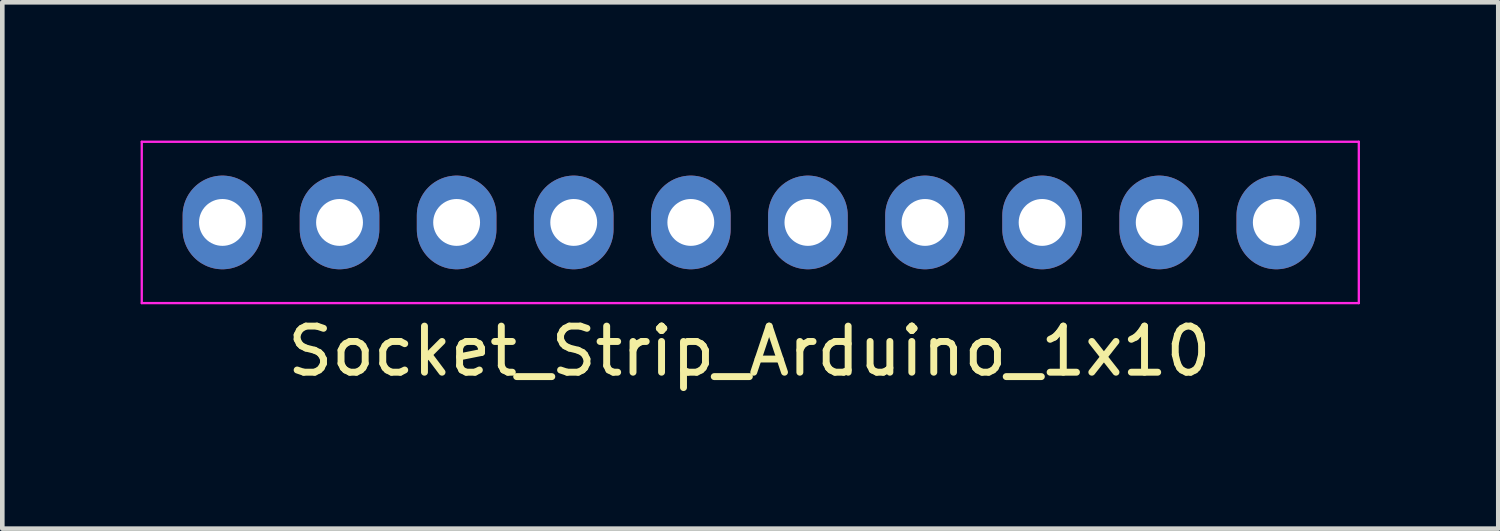
<source format=kicad_pcb>
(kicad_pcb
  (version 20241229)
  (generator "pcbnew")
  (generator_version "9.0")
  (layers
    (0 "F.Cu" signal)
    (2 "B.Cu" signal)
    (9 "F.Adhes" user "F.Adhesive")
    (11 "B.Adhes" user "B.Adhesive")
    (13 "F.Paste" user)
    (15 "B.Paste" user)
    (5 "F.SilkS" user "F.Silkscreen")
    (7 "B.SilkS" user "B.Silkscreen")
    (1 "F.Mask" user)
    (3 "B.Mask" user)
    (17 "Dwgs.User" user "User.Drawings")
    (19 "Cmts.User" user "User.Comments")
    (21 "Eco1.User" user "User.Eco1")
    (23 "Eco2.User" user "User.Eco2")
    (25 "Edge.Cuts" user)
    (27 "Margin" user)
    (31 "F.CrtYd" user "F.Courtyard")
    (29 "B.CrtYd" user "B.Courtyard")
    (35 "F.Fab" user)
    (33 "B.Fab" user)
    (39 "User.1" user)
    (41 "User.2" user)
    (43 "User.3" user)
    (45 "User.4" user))
  (footprint "Socket_Strip_Arduino_1x10"
    (layer "F.Cu")
    (at 1.775 1.775)
    (property "Reference" "Socket_Strip_Arduino_1x10" (at 11.43 2.794 0) (layer "F.SilkS") (effects (font (size 1 1) (thickness 0.15))))
    (attr through_hole)
    (fp_line (start -1.75 -1.75) (end -1.75 1.75) (stroke (width 0.05) (type solid)) (layer "F.CrtYd"))
    (fp_line (start -1.75 -1.75) (end 24.65 -1.75) (stroke (width 0.05) (type solid)) (layer "F.CrtYd"))
    (fp_line (start -1.75 1.75) (end 24.65 1.75) (stroke (width 0.05) (type solid)) (layer "F.CrtYd"))
    (fp_line (start 24.65 -1.75) (end 24.65 1.75) (stroke (width 0.05) (type solid)) (layer "F.CrtYd"))
    (pad "1" thru_hole oval (at 0 0) (size 1.727 2.032) (drill 1.016) (layers "*.Cu" "*.Mask"))
    (pad "2" thru_hole oval (at 2.54 0) (size 1.727 2.032) (drill 1.016) (layers "*.Cu" "*.Mask"))
    (pad "3" thru_hole oval (at 5.08 0) (size 1.727 2.032) (drill 1.016) (layers "*.Cu" "*.Mask"))
    (pad "4" thru_hole oval (at 7.62 0) (size 1.727 2.032) (drill 1.016) (layers "*.Cu" "*.Mask"))
    (pad "5" thru_hole oval (at 10.16 0) (size 1.727 2.032) (drill 1.016) (layers "*.Cu" "*.Mask"))
    (pad "6" thru_hole oval (at 12.7 0) (size 1.727 2.032) (drill 1.016) (layers "*.Cu" "*.Mask"))
    (pad "7" thru_hole oval (at 15.24 0) (size 1.727 2.032) (drill 1.016) (layers "*.Cu" "*.Mask"))
    (pad "8" thru_hole oval (at 17.78 0) (size 1.727 2.032) (drill 1.016) (layers "*.Cu" "*.Mask"))
    (pad "9" thru_hole oval (at 20.32 0) (size 1.727 2.032) (drill 1.016) (layers "*.Cu" "*.Mask"))
    (pad "10" thru_hole oval (at 22.86 0) (size 1.727 2.032) (drill 1.016) (layers "*.Cu" "*.Mask")))
  (gr_rect
    (start -3 -3)
    (end 29.45 8.417)
    (stroke (width 0.1) (type default))
    (fill no)
    (layer "Edge.Cuts")))
</source>
